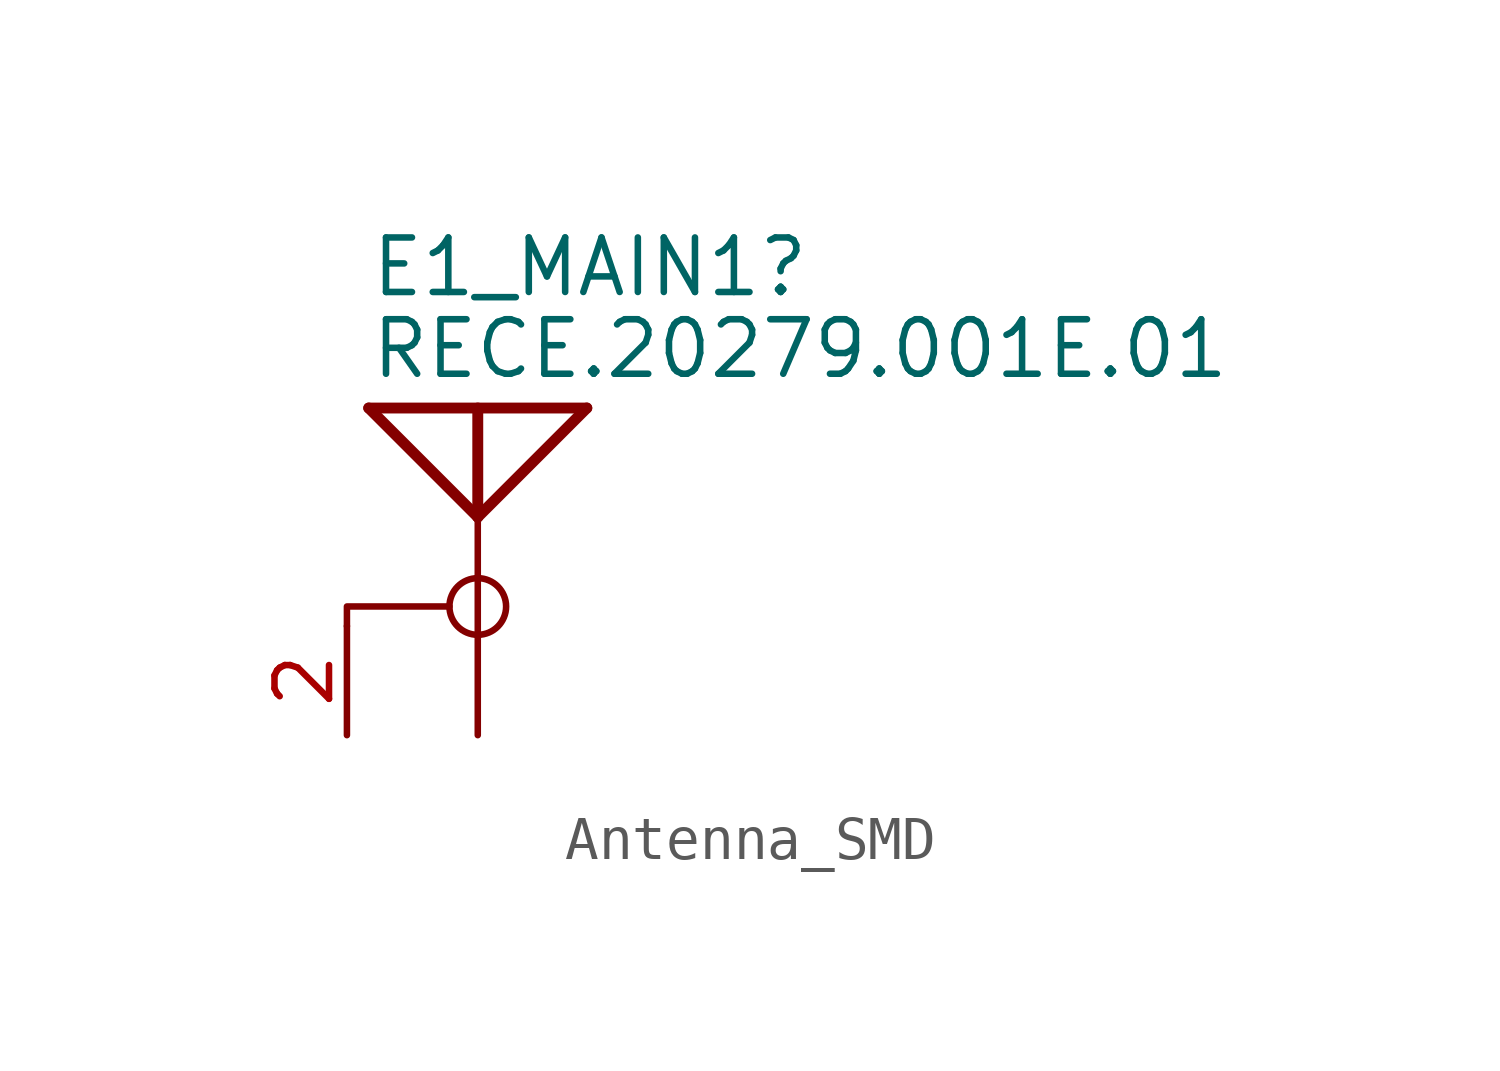
<source format=kicad_sym>
(kicad_symbol_lib
  (version 20220914)
  (generator kicad_symbol_editor)
  (symbol "Antenna_SMD"
    (property "Reference" "E1_MAIN1"
      (at 0 2.54 0)
      (effects (font (size 1.27 1.27)) (justify left bottom)))
    (property "Value" "RECE.20279.001E.01"
      (at 0 0.635 0)
      (effects (font (size 1.27 1.27)) (justify left bottom)))
    (symbol "Antenna_SMD_0_1"
      (polyline (pts (xy 1.88 -4.623) (xy -0.508 -4.623) (xy -0.508 -5.08)) (stroke (width 0) (type default)) (fill (type none)))
      (circle (center 2.54 -4.623) (radius 0.66) (stroke (width 0) (type default)) (fill (type none))))
    (symbol "Antenna_SMD_1_0"
      (polyline (pts (xy 0 0) (xy 2.54 -2.54)) (stroke (width 0.254) (type solid)) (fill (type none)))
      (polyline (pts (xy 0 0) (xy 5.08 0)) (stroke (width 0.254) (type solid)) (fill (type none)))
      (polyline (pts (xy 2.54 0) (xy 2.54 -2.54)) (stroke (width 0.254) (type solid)) (fill (type none)))
      (polyline (pts (xy 5.08 0) (xy 2.54 -2.54)) (stroke (width 0.254) (type solid)) (fill (type none)))
      (pin passive line (at 2.54 -7.62 90) (length 5.08) (name "A" (effects (font (size 0 0)))) (number "1" (effects (font (size 0 0))))))
    (symbol "Antenna_SMD_1_1"
      (pin passive line (at -0.508 -7.62 90) (length 2.54) (name "" (effects (font (size 1.27 1.27)))) (number "2" (effects (font (size 1.27 1.27))))))))
</source>
